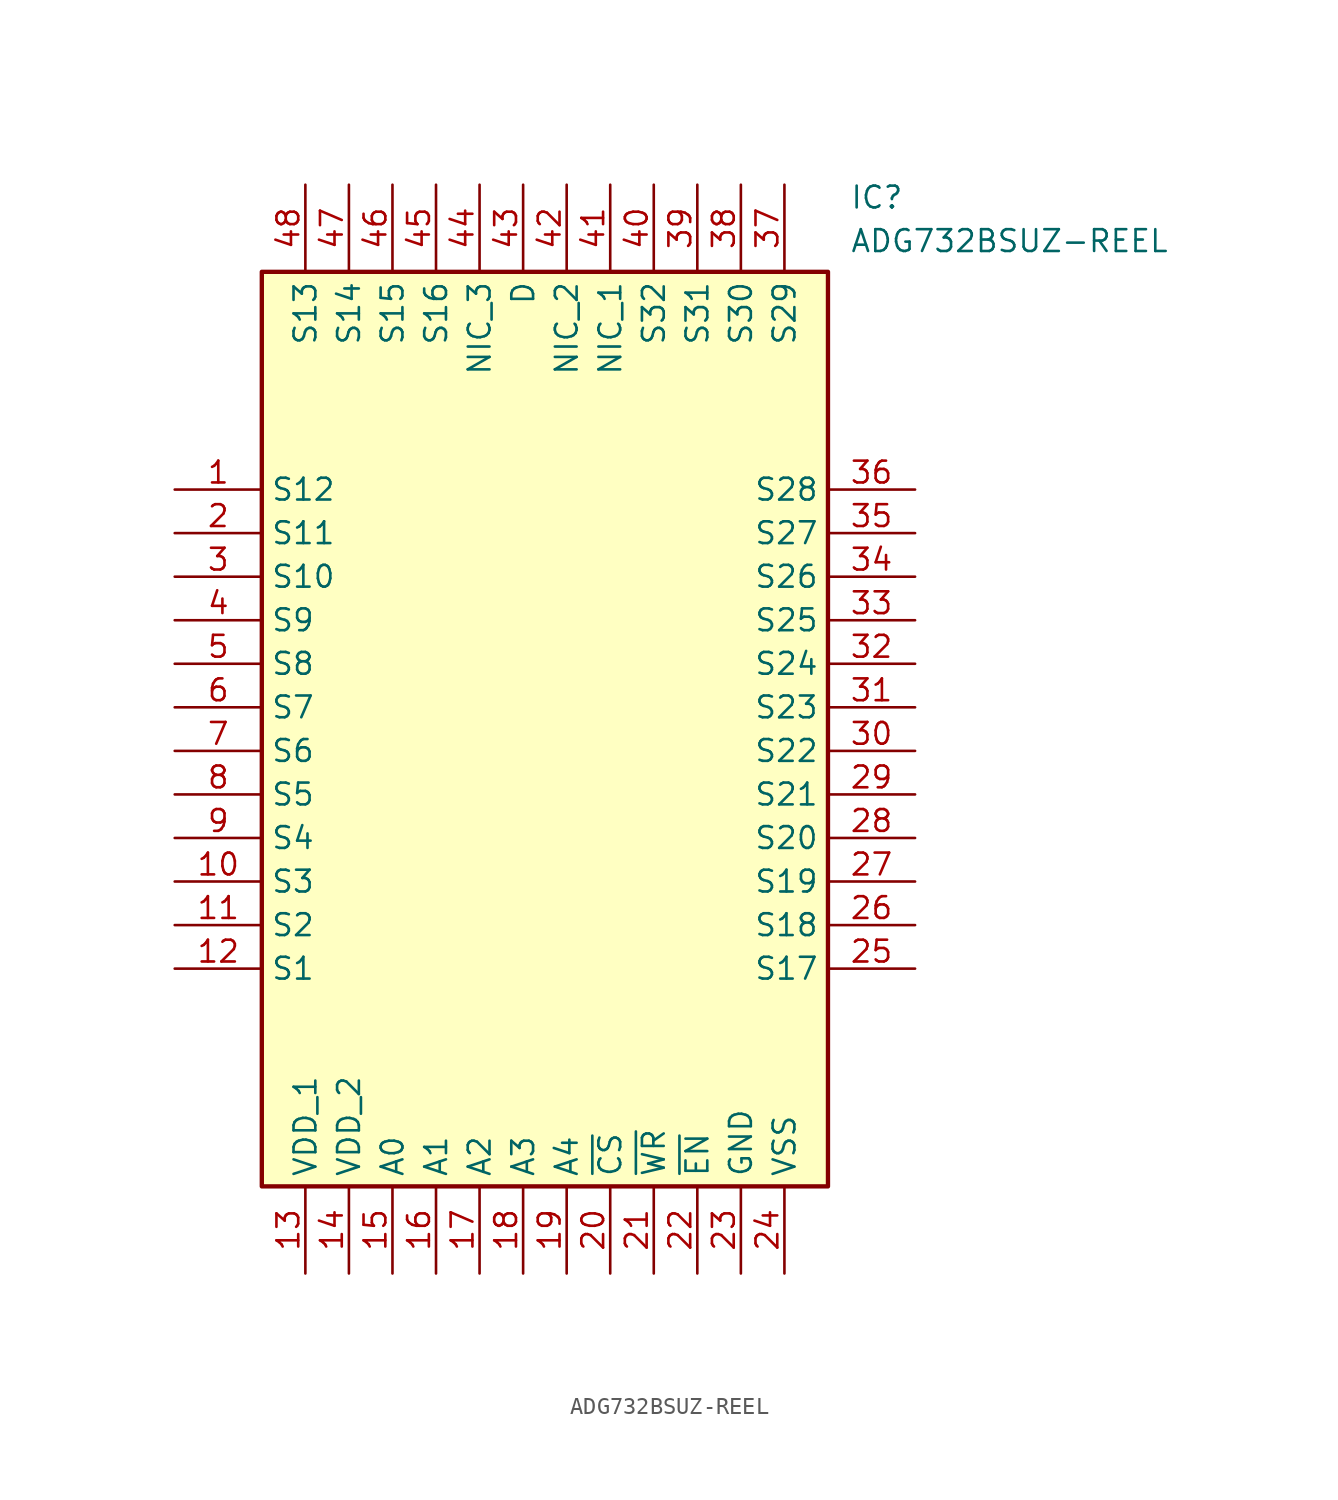
<source format=kicad_sym>
(kicad_symbol_lib
  (version 20211014)
  (generator SamacSys_ECAD_Model)
  (symbol "ADG732BSUZ-REEL"
    (property "Reference" "IC"
      (at 39.37 17.78 0)
      (effects (font (size 1.27 1.27)) (justify left top)))
    (property "Value" "ADG732BSUZ-REEL"
      (at 39.37 15.24 0)
      (effects (font (size 1.27 1.27)) (justify left top)))
    (rectangle
      (start 5.08 12.7)
      (end 38.1 -40.64)
      (stroke (width 0.254) (type default))
      (fill (type background)))
    (pin passive line
      (at 0 0 0)
      (length 5.08)
      (name "S12" (effects (font (size 1.27 1.27))))
      (number "1" (effects (font (size 1.27 1.27)))))
    (pin passive line
      (at 0 -2.54 0)
      (length 5.08)
      (name "S11" (effects (font (size 1.27 1.27))))
      (number "2" (effects (font (size 1.27 1.27)))))
    (pin passive line
      (at 0 -5.08 0)
      (length 5.08)
      (name "S10" (effects (font (size 1.27 1.27))))
      (number "3" (effects (font (size 1.27 1.27)))))
    (pin passive line
      (at 0 -7.62 0)
      (length 5.08)
      (name "S9" (effects (font (size 1.27 1.27))))
      (number "4" (effects (font (size 1.27 1.27)))))
    (pin passive line
      (at 0 -10.16 0)
      (length 5.08)
      (name "S8" (effects (font (size 1.27 1.27))))
      (number "5" (effects (font (size 1.27 1.27)))))
    (pin passive line
      (at 0 -12.7 0)
      (length 5.08)
      (name "S7" (effects (font (size 1.27 1.27))))
      (number "6" (effects (font (size 1.27 1.27)))))
    (pin passive line
      (at 0 -15.24 0)
      (length 5.08)
      (name "S6" (effects (font (size 1.27 1.27))))
      (number "7" (effects (font (size 1.27 1.27)))))
    (pin passive line
      (at 0 -17.78 0)
      (length 5.08)
      (name "S5" (effects (font (size 1.27 1.27))))
      (number "8" (effects (font (size 1.27 1.27)))))
    (pin passive line
      (at 0 -20.32 0)
      (length 5.08)
      (name "S4" (effects (font (size 1.27 1.27))))
      (number "9" (effects (font (size 1.27 1.27)))))
    (pin passive line
      (at 0 -22.86 0)
      (length 5.08)
      (name "S3" (effects (font (size 1.27 1.27))))
      (number "10" (effects (font (size 1.27 1.27)))))
    (pin passive line
      (at 0 -25.4 0)
      (length 5.08)
      (name "S2" (effects (font (size 1.27 1.27))))
      (number "11" (effects (font (size 1.27 1.27)))))
    (pin passive line
      (at 0 -27.94 0)
      (length 5.08)
      (name "S1" (effects (font (size 1.27 1.27))))
      (number "12" (effects (font (size 1.27 1.27)))))
    (pin passive line
      (at 7.62 -45.72 90)
      (length 5.08)
      (name "VDD_1" (effects (font (size 1.27 1.27))))
      (number "13" (effects (font (size 1.27 1.27)))))
    (pin passive line
      (at 10.16 -45.72 90)
      (length 5.08)
      (name "VDD_2" (effects (font (size 1.27 1.27))))
      (number "14" (effects (font (size 1.27 1.27)))))
    (pin passive line
      (at 12.7 -45.72 90)
      (length 5.08)
      (name "A0" (effects (font (size 1.27 1.27))))
      (number "15" (effects (font (size 1.27 1.27)))))
    (pin passive line
      (at 15.24 -45.72 90)
      (length 5.08)
      (name "A1" (effects (font (size 1.27 1.27))))
      (number "16" (effects (font (size 1.27 1.27)))))
    (pin passive line
      (at 17.78 -45.72 90)
      (length 5.08)
      (name "A2" (effects (font (size 1.27 1.27))))
      (number "17" (effects (font (size 1.27 1.27)))))
    (pin passive line
      (at 20.32 -45.72 90)
      (length 5.08)
      (name "A3" (effects (font (size 1.27 1.27))))
      (number "18" (effects (font (size 1.27 1.27)))))
    (pin passive line
      (at 22.86 -45.72 90)
      (length 5.08)
      (name "A4" (effects (font (size 1.27 1.27))))
      (number "19" (effects (font (size 1.27 1.27)))))
    (pin passive line
      (at 25.4 -45.72 90)
      (length 5.08)
      (name "~{CS}" (effects (font (size 1.27 1.27))))
      (number "20" (effects (font (size 1.27 1.27)))))
    (pin passive line
      (at 27.94 -45.72 90)
      (length 5.08)
      (name "~{WR}" (effects (font (size 1.27 1.27))))
      (number "21" (effects (font (size 1.27 1.27)))))
    (pin passive line
      (at 30.48 -45.72 90)
      (length 5.08)
      (name "~{EN}" (effects (font (size 1.27 1.27))))
      (number "22" (effects (font (size 1.27 1.27)))))
    (pin passive line
      (at 33.02 -45.72 90)
      (length 5.08)
      (name "GND" (effects (font (size 1.27 1.27))))
      (number "23" (effects (font (size 1.27 1.27)))))
    (pin passive line
      (at 35.56 -45.72 90)
      (length 5.08)
      (name "VSS" (effects (font (size 1.27 1.27))))
      (number "24" (effects (font (size 1.27 1.27)))))
    (pin passive line
      (at 43.18 0 180)
      (length 5.08)
      (name "S28" (effects (font (size 1.27 1.27))))
      (number "36" (effects (font (size 1.27 1.27)))))
    (pin passive line
      (at 43.18 -2.54 180)
      (length 5.08)
      (name "S27" (effects (font (size 1.27 1.27))))
      (number "35" (effects (font (size 1.27 1.27)))))
    (pin passive line
      (at 43.18 -5.08 180)
      (length 5.08)
      (name "S26" (effects (font (size 1.27 1.27))))
      (number "34" (effects (font (size 1.27 1.27)))))
    (pin passive line
      (at 43.18 -7.62 180)
      (length 5.08)
      (name "S25" (effects (font (size 1.27 1.27))))
      (number "33" (effects (font (size 1.27 1.27)))))
    (pin passive line
      (at 43.18 -10.16 180)
      (length 5.08)
      (name "S24" (effects (font (size 1.27 1.27))))
      (number "32" (effects (font (size 1.27 1.27)))))
    (pin passive line
      (at 43.18 -12.7 180)
      (length 5.08)
      (name "S23" (effects (font (size 1.27 1.27))))
      (number "31" (effects (font (size 1.27 1.27)))))
    (pin passive line
      (at 43.18 -15.24 180)
      (length 5.08)
      (name "S22" (effects (font (size 1.27 1.27))))
      (number "30" (effects (font (size 1.27 1.27)))))
    (pin passive line
      (at 43.18 -17.78 180)
      (length 5.08)
      (name "S21" (effects (font (size 1.27 1.27))))
      (number "29" (effects (font (size 1.27 1.27)))))
    (pin passive line
      (at 43.18 -20.32 180)
      (length 5.08)
      (name "S20" (effects (font (size 1.27 1.27))))
      (number "28" (effects (font (size 1.27 1.27)))))
    (pin passive line
      (at 43.18 -22.86 180)
      (length 5.08)
      (name "S19" (effects (font (size 1.27 1.27))))
      (number "27" (effects (font (size 1.27 1.27)))))
    (pin passive line
      (at 43.18 -25.4 180)
      (length 5.08)
      (name "S18" (effects (font (size 1.27 1.27))))
      (number "26" (effects (font (size 1.27 1.27)))))
    (pin passive line
      (at 43.18 -27.94 180)
      (length 5.08)
      (name "S17" (effects (font (size 1.27 1.27))))
      (number "25" (effects (font (size 1.27 1.27)))))
    (pin passive line
      (at 7.62 17.78 270)
      (length 5.08)
      (name "S13" (effects (font (size 1.27 1.27))))
      (number "48" (effects (font (size 1.27 1.27)))))
    (pin passive line
      (at 10.16 17.78 270)
      (length 5.08)
      (name "S14" (effects (font (size 1.27 1.27))))
      (number "47" (effects (font (size 1.27 1.27)))))
    (pin passive line
      (at 12.7 17.78 270)
      (length 5.08)
      (name "S15" (effects (font (size 1.27 1.27))))
      (number "46" (effects (font (size 1.27 1.27)))))
    (pin passive line
      (at 15.24 17.78 270)
      (length 5.08)
      (name "S16" (effects (font (size 1.27 1.27))))
      (number "45" (effects (font (size 1.27 1.27)))))
    (pin passive line
      (at 17.78 17.78 270)
      (length 5.08)
      (name "NIC_3" (effects (font (size 1.27 1.27))))
      (number "44" (effects (font (size 1.27 1.27)))))
    (pin passive line
      (at 20.32 17.78 270)
      (length 5.08)
      (name "D" (effects (font (size 1.27 1.27))))
      (number "43" (effects (font (size 1.27 1.27)))))
    (pin passive line
      (at 22.86 17.78 270)
      (length 5.08)
      (name "NIC_2" (effects (font (size 1.27 1.27))))
      (number "42" (effects (font (size 1.27 1.27)))))
    (pin passive line
      (at 25.4 17.78 270)
      (length 5.08)
      (name "NIC_1" (effects (font (size 1.27 1.27))))
      (number "41" (effects (font (size 1.27 1.27)))))
    (pin passive line
      (at 27.94 17.78 270)
      (length 5.08)
      (name "S32" (effects (font (size 1.27 1.27))))
      (number "40" (effects (font (size 1.27 1.27)))))
    (pin passive line
      (at 30.48 17.78 270)
      (length 5.08)
      (name "S31" (effects (font (size 1.27 1.27))))
      (number "39" (effects (font (size 1.27 1.27)))))
    (pin passive line
      (at 33.02 17.78 270)
      (length 5.08)
      (name "S30" (effects (font (size 1.27 1.27))))
      (number "38" (effects (font (size 1.27 1.27)))))
    (pin passive line
      (at 35.56 17.78 270)
      (length 5.08)
      (name "S29" (effects (font (size 1.27 1.27))))
      (number "37" (effects (font (size 1.27 1.27)))))))
</source>
